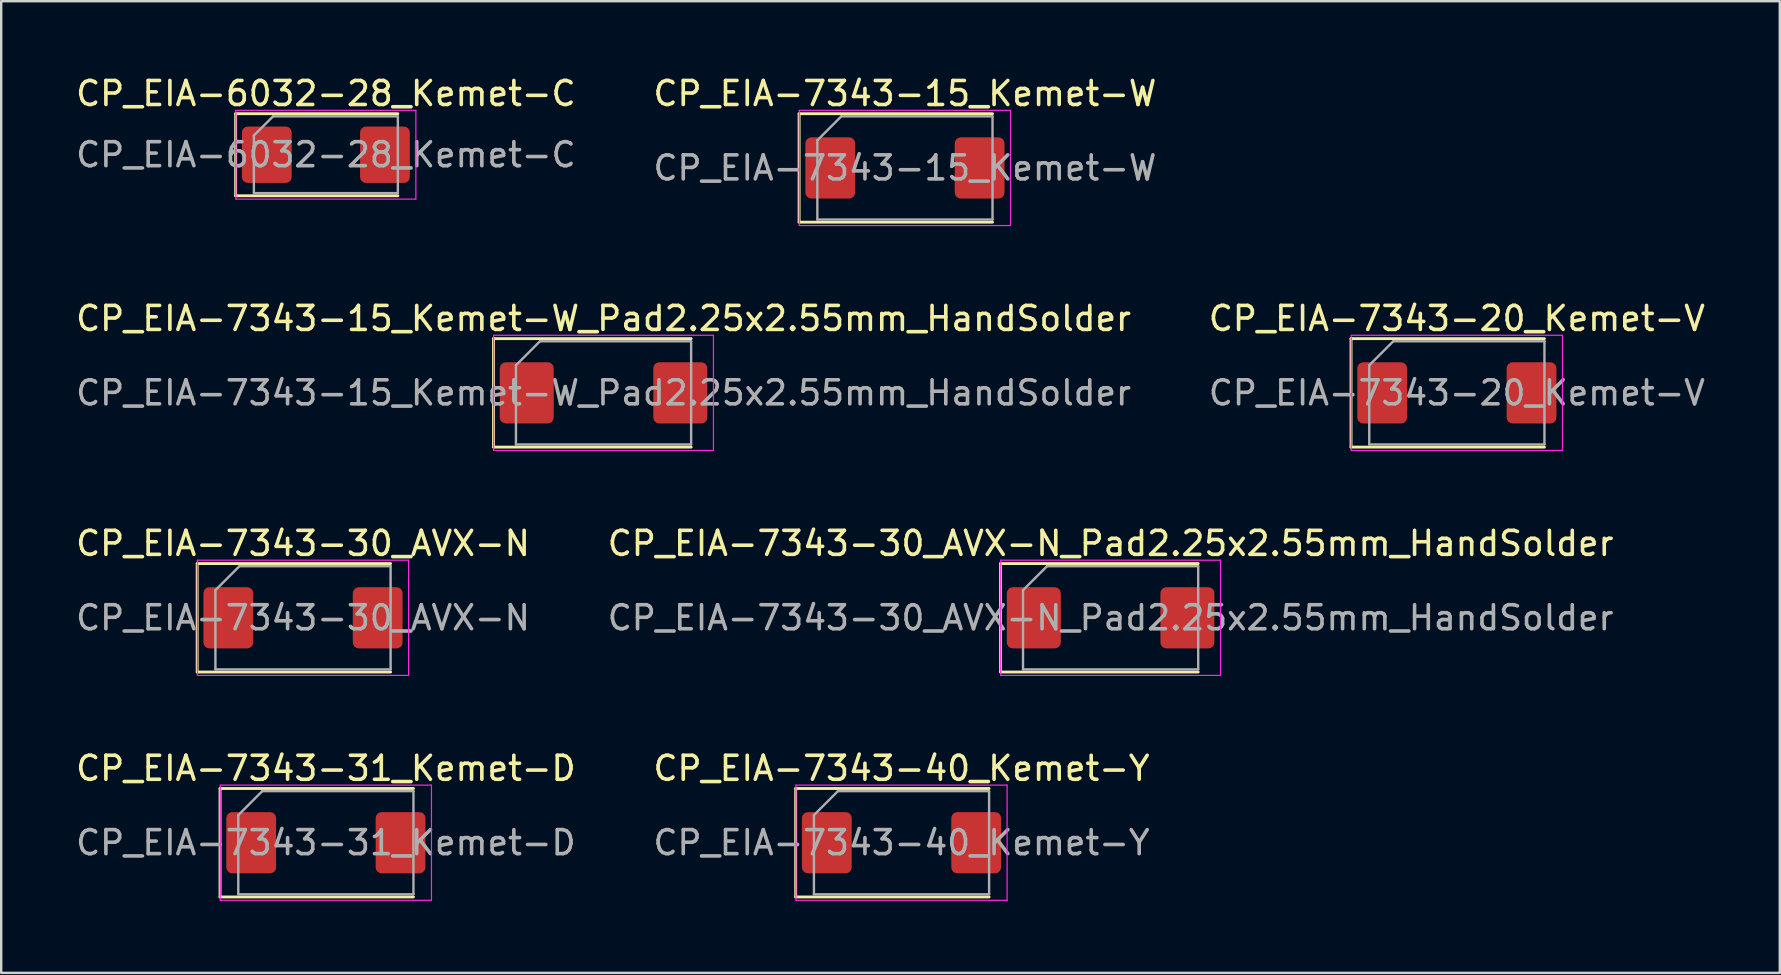
<source format=kicad_pcb>
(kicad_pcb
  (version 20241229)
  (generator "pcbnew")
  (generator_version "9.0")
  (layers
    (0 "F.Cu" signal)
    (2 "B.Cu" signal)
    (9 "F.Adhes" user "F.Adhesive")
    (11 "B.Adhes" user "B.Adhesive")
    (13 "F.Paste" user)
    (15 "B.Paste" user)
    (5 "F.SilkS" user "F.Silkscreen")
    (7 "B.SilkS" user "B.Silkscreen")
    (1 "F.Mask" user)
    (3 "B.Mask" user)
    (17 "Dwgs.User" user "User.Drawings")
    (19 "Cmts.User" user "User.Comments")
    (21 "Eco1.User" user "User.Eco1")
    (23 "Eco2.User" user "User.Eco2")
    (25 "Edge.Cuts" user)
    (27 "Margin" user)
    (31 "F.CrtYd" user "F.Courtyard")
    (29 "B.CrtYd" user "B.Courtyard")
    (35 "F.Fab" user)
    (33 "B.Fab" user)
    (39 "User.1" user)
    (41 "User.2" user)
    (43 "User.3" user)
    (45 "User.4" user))
  (footprint "CP_EIA-7343-15_Kemet-W"
    (layer "F.Cu")
    (at 34.661 3.948)
    (property "Reference" "CP_EIA-7343-15_Kemet-W" (at 0 -3.1 0) (layer "F.SilkS") (effects (font (size 1 1) (thickness 0.15))))
    (attr smd)
    (fp_line (start -4.41 -2.26) (end -4.41 2.26) (stroke (width 0.12) (type solid)) (layer "F.SilkS"))
    (fp_line (start -4.41 2.26) (end 3.65 2.26) (stroke (width 0.12) (type solid)) (layer "F.SilkS"))
    (fp_line (start 3.65 -2.26) (end -4.41 -2.26) (stroke (width 0.12) (type solid)) (layer "F.SilkS"))
    (fp_line (start -4.4 -2.4) (end 4.4 -2.4) (stroke (width 0.05) (type solid)) (layer "F.CrtYd"))
    (fp_line (start -4.4 2.4) (end -4.4 -2.4) (stroke (width 0.05) (type solid)) (layer "F.CrtYd"))
    (fp_line (start 4.4 -2.4) (end 4.4 2.4) (stroke (width 0.05) (type solid)) (layer "F.CrtYd"))
    (fp_line (start 4.4 2.4) (end -4.4 2.4) (stroke (width 0.05) (type solid)) (layer "F.CrtYd"))
    (fp_line (start -3.65 -1.15) (end -3.65 2.15) (stroke (width 0.1) (type solid)) (layer "F.Fab"))
    (fp_line (start -3.65 2.15) (end 3.65 2.15) (stroke (width 0.1) (type solid)) (layer "F.Fab"))
    (fp_line (start -2.65 -2.15) (end -3.65 -1.15) (stroke (width 0.1) (type solid)) (layer "F.Fab"))
    (fp_line (start 3.65 -2.15) (end -2.65 -2.15) (stroke (width 0.1) (type solid)) (layer "F.Fab"))
    (fp_line (start 3.65 2.15) (end 3.65 -2.15) (stroke (width 0.1) (type solid)) (layer "F.Fab"))
    (fp_text user "${REFERENCE}" (at 0 0 0) (layer "F.Fab") (effects (font (size 1 1) (thickness 0.15))))
    (pad "1" smd roundrect (at -3.112 0) (size 2.075 2.55) (layers "F.Cu" "F.Mask" "F.Paste") (roundrect_rratio 0.12))
    (pad "2" smd roundrect (at 3.112 0) (size 2.075 2.55) (layers "F.Cu" "F.Mask" "F.Paste") (roundrect_rratio 0.12)))
  (footprint "CP_EIA-7343-30_AVX-N_Pad2.25x2.55mm_HandSolder"
    (layer "F.Cu")
    (at 43.232 22.695)
    (property "Reference" "CP_EIA-7343-30_AVX-N_Pad2.25x2.55mm_HandSolder" (at 0 -3.1 0) (layer "F.SilkS") (effects (font (size 1 1) (thickness 0.15))))
    (attr smd)
    (fp_line (start -4.585 -2.26) (end -4.585 2.26) (stroke (width 0.12) (type solid)) (layer "F.SilkS"))
    (fp_line (start -4.585 2.26) (end 3.65 2.26) (stroke (width 0.12) (type solid)) (layer "F.SilkS"))
    (fp_line (start 3.65 -2.26) (end -4.585 -2.26) (stroke (width 0.12) (type solid)) (layer "F.SilkS"))
    (fp_line (start -4.58 -2.4) (end 4.58 -2.4) (stroke (width 0.05) (type solid)) (layer "F.CrtYd"))
    (fp_line (start -4.58 2.4) (end -4.58 -2.4) (stroke (width 0.05) (type solid)) (layer "F.CrtYd"))
    (fp_line (start 4.58 -2.4) (end 4.58 2.4) (stroke (width 0.05) (type solid)) (layer "F.CrtYd"))
    (fp_line (start 4.58 2.4) (end -4.58 2.4) (stroke (width 0.05) (type solid)) (layer "F.CrtYd"))
    (fp_line (start -3.65 -1.15) (end -3.65 2.15) (stroke (width 0.1) (type solid)) (layer "F.Fab"))
    (fp_line (start -3.65 2.15) (end 3.65 2.15) (stroke (width 0.1) (type solid)) (layer "F.Fab"))
    (fp_line (start -2.65 -2.15) (end -3.65 -1.15) (stroke (width 0.1) (type solid)) (layer "F.Fab"))
    (fp_line (start 3.65 -2.15) (end -2.65 -2.15) (stroke (width 0.1) (type solid)) (layer "F.Fab"))
    (fp_line (start 3.65 2.15) (end 3.65 -2.15) (stroke (width 0.1) (type solid)) (layer "F.Fab"))
    (fp_text user "${REFERENCE}" (at 0 0 0) (layer "F.Fab") (effects (font (size 1 1) (thickness 0.15))))
    (pad "1" smd roundrect (at -3.2 0) (size 2.25 2.55) (layers "F.Cu" "F.Mask" "F.Paste") (roundrect_rratio 0.111))
    (pad "2" smd roundrect (at 3.2 0) (size 2.25 2.55) (layers "F.Cu" "F.Mask" "F.Paste") (roundrect_rratio 0.111)))
  (footprint "CP_EIA-7343-15_Kemet-W_Pad2.25x2.55mm_HandSolder"
    (layer "F.Cu")
    (at 22.101 13.322)
    (property "Reference" "CP_EIA-7343-15_Kemet-W_Pad2.25x2.55mm_HandSolder" (at 0 -3.1 0) (layer "F.SilkS") (effects (font (size 1 1) (thickness 0.15))))
    (attr smd)
    (fp_line (start -4.585 -2.26) (end -4.585 2.26) (stroke (width 0.12) (type solid)) (layer "F.SilkS"))
    (fp_line (start -4.585 2.26) (end 3.65 2.26) (stroke (width 0.12) (type solid)) (layer "F.SilkS"))
    (fp_line (start 3.65 -2.26) (end -4.585 -2.26) (stroke (width 0.12) (type solid)) (layer "F.SilkS"))
    (fp_line (start -4.58 -2.4) (end 4.58 -2.4) (stroke (width 0.05) (type solid)) (layer "F.CrtYd"))
    (fp_line (start -4.58 2.4) (end -4.58 -2.4) (stroke (width 0.05) (type solid)) (layer "F.CrtYd"))
    (fp_line (start 4.58 -2.4) (end 4.58 2.4) (stroke (width 0.05) (type solid)) (layer "F.CrtYd"))
    (fp_line (start 4.58 2.4) (end -4.58 2.4) (stroke (width 0.05) (type solid)) (layer "F.CrtYd"))
    (fp_line (start -3.65 -1.15) (end -3.65 2.15) (stroke (width 0.1) (type solid)) (layer "F.Fab"))
    (fp_line (start -3.65 2.15) (end 3.65 2.15) (stroke (width 0.1) (type solid)) (layer "F.Fab"))
    (fp_line (start -2.65 -2.15) (end -3.65 -1.15) (stroke (width 0.1) (type solid)) (layer "F.Fab"))
    (fp_line (start 3.65 -2.15) (end -2.65 -2.15) (stroke (width 0.1) (type solid)) (layer "F.Fab"))
    (fp_line (start 3.65 2.15) (end 3.65 -2.15) (stroke (width 0.1) (type solid)) (layer "F.Fab"))
    (fp_text user "${REFERENCE}" (at 0 0 0) (layer "F.Fab") (effects (font (size 1 1) (thickness 0.15))))
    (pad "1" smd roundrect (at -3.2 0) (size 2.25 2.55) (layers "F.Cu" "F.Mask" "F.Paste") (roundrect_rratio 0.111))
    (pad "2" smd roundrect (at 3.2 0) (size 2.25 2.55) (layers "F.Cu" "F.Mask" "F.Paste") (roundrect_rratio 0.111)))
  (footprint "CP_EIA-7343-31_Kemet-D"
    (layer "F.Cu")
    (at 10.53 32.068)
    (property "Reference" "CP_EIA-7343-31_Kemet-D" (at 0 -3.1 0) (layer "F.SilkS") (effects (font (size 1 1) (thickness 0.15))))
    (attr smd)
    (fp_line (start -4.41 -2.26) (end -4.41 2.26) (stroke (width 0.12) (type solid)) (layer "F.SilkS"))
    (fp_line (start -4.41 2.26) (end 3.65 2.26) (stroke (width 0.12) (type solid)) (layer "F.SilkS"))
    (fp_line (start 3.65 -2.26) (end -4.41 -2.26) (stroke (width 0.12) (type solid)) (layer "F.SilkS"))
    (fp_line (start -4.4 -2.4) (end 4.4 -2.4) (stroke (width 0.05) (type solid)) (layer "F.CrtYd"))
    (fp_line (start -4.4 2.4) (end -4.4 -2.4) (stroke (width 0.05) (type solid)) (layer "F.CrtYd"))
    (fp_line (start 4.4 -2.4) (end 4.4 2.4) (stroke (width 0.05) (type solid)) (layer "F.CrtYd"))
    (fp_line (start 4.4 2.4) (end -4.4 2.4) (stroke (width 0.05) (type solid)) (layer "F.CrtYd"))
    (fp_line (start -3.65 -1.15) (end -3.65 2.15) (stroke (width 0.1) (type solid)) (layer "F.Fab"))
    (fp_line (start -3.65 2.15) (end 3.65 2.15) (stroke (width 0.1) (type solid)) (layer "F.Fab"))
    (fp_line (start -2.65 -2.15) (end -3.65 -1.15) (stroke (width 0.1) (type solid)) (layer "F.Fab"))
    (fp_line (start 3.65 -2.15) (end -2.65 -2.15) (stroke (width 0.1) (type solid)) (layer "F.Fab"))
    (fp_line (start 3.65 2.15) (end 3.65 -2.15) (stroke (width 0.1) (type solid)) (layer "F.Fab"))
    (fp_text user "${REFERENCE}" (at 0 0 0) (layer "F.Fab") (effects (font (size 1 1) (thickness 0.15))))
    (pad "1" smd roundrect (at -3.112 0) (size 2.075 2.55) (layers "F.Cu" "F.Mask" "F.Paste") (roundrect_rratio 0.12))
    (pad "2" smd roundrect (at 3.112 0) (size 2.075 2.55) (layers "F.Cu" "F.Mask" "F.Paste") (roundrect_rratio 0.12)))
  (footprint "CP_EIA-7343-40_Kemet-Y"
    (layer "F.Cu")
    (at 34.518 32.068)
    (property "Reference" "CP_EIA-7343-40_Kemet-Y" (at 0 -3.1 0) (layer "F.SilkS") (effects (font (size 1 1) (thickness 0.15))))
    (attr smd)
    (fp_line (start -4.41 -2.26) (end -4.41 2.26) (stroke (width 0.12) (type solid)) (layer "F.SilkS"))
    (fp_line (start -4.41 2.26) (end 3.65 2.26) (stroke (width 0.12) (type solid)) (layer "F.SilkS"))
    (fp_line (start 3.65 -2.26) (end -4.41 -2.26) (stroke (width 0.12) (type solid)) (layer "F.SilkS"))
    (fp_line (start -4.4 -2.4) (end 4.4 -2.4) (stroke (width 0.05) (type solid)) (layer "F.CrtYd"))
    (fp_line (start -4.4 2.4) (end -4.4 -2.4) (stroke (width 0.05) (type solid)) (layer "F.CrtYd"))
    (fp_line (start 4.4 -2.4) (end 4.4 2.4) (stroke (width 0.05) (type solid)) (layer "F.CrtYd"))
    (fp_line (start 4.4 2.4) (end -4.4 2.4) (stroke (width 0.05) (type solid)) (layer "F.CrtYd"))
    (fp_line (start -3.65 -1.15) (end -3.65 2.15) (stroke (width 0.1) (type solid)) (layer "F.Fab"))
    (fp_line (start -3.65 2.15) (end 3.65 2.15) (stroke (width 0.1) (type solid)) (layer "F.Fab"))
    (fp_line (start -2.65 -2.15) (end -3.65 -1.15) (stroke (width 0.1) (type solid)) (layer "F.Fab"))
    (fp_line (start 3.65 -2.15) (end -2.65 -2.15) (stroke (width 0.1) (type solid)) (layer "F.Fab"))
    (fp_line (start 3.65 2.15) (end 3.65 -2.15) (stroke (width 0.1) (type solid)) (layer "F.Fab"))
    (fp_text user "${REFERENCE}" (at 0 0 0) (layer "F.Fab") (effects (font (size 1 1) (thickness 0.15))))
    (pad "1" smd roundrect (at -3.112 0) (size 2.075 2.55) (layers "F.Cu" "F.Mask" "F.Paste") (roundrect_rratio 0.12))
    (pad "2" smd roundrect (at 3.112 0) (size 2.075 2.55) (layers "F.Cu" "F.Mask" "F.Paste") (roundrect_rratio 0.12)))
  (footprint "CP_EIA-6032-28_Kemet-C"
    (layer "F.Cu")
    (at 10.53 3.398)
    (property "Reference" "CP_EIA-6032-28_Kemet-C" (at 0 -2.55 0) (layer "F.SilkS") (effects (font (size 1 1) (thickness 0.15))))
    (attr smd)
    (fp_line (start -3.76 -1.71) (end -3.76 1.71) (stroke (width 0.12) (type solid)) (layer "F.SilkS"))
    (fp_line (start -3.76 1.71) (end 3 1.71) (stroke (width 0.12) (type solid)) (layer "F.SilkS"))
    (fp_line (start 3 -1.71) (end -3.76 -1.71) (stroke (width 0.12) (type solid)) (layer "F.SilkS"))
    (fp_line (start -3.75 -1.85) (end 3.75 -1.85) (stroke (width 0.05) (type solid)) (layer "F.CrtYd"))
    (fp_line (start -3.75 1.85) (end -3.75 -1.85) (stroke (width 0.05) (type solid)) (layer "F.CrtYd"))
    (fp_line (start 3.75 -1.85) (end 3.75 1.85) (stroke (width 0.05) (type solid)) (layer "F.CrtYd"))
    (fp_line (start 3.75 1.85) (end -3.75 1.85) (stroke (width 0.05) (type solid)) (layer "F.CrtYd"))
    (fp_line (start -3 -0.8) (end -3 1.6) (stroke (width 0.1) (type solid)) (layer "F.Fab"))
    (fp_line (start -3 1.6) (end 3 1.6) (stroke (width 0.1) (type solid)) (layer "F.Fab"))
    (fp_line (start -2.2 -1.6) (end -3 -0.8) (stroke (width 0.1) (type solid)) (layer "F.Fab"))
    (fp_line (start 3 -1.6) (end -2.2 -1.6) (stroke (width 0.1) (type solid)) (layer "F.Fab"))
    (fp_line (start 3 1.6) (end 3 -1.6) (stroke (width 0.1) (type solid)) (layer "F.Fab"))
    (fp_text user "${REFERENCE}" (at 0 0 0) (layer "F.Fab") (effects (font (size 1 1) (thickness 0.15))))
    (pad "1" smd roundrect (at -2.462 0) (size 2.075 2.35) (layers "F.Cu" "F.Mask" "F.Paste") (roundrect_rratio 0.12))
    (pad "2" smd roundrect (at 2.462 0) (size 2.075 2.35) (layers "F.Cu" "F.Mask" "F.Paste") (roundrect_rratio 0.12)))
  (footprint "CP_EIA-7343-30_AVX-N"
    (layer "F.Cu")
    (at 9.577 22.695)
    (property "Reference" "CP_EIA-7343-30_AVX-N" (at 0 -3.1 0) (layer "F.SilkS") (effects (font (size 1 1) (thickness 0.15))))
    (attr smd)
    (fp_line (start -4.41 -2.26) (end -4.41 2.26) (stroke (width 0.12) (type solid)) (layer "F.SilkS"))
    (fp_line (start -4.41 2.26) (end 3.65 2.26) (stroke (width 0.12) (type solid)) (layer "F.SilkS"))
    (fp_line (start 3.65 -2.26) (end -4.41 -2.26) (stroke (width 0.12) (type solid)) (layer "F.SilkS"))
    (fp_line (start -4.4 -2.4) (end 4.4 -2.4) (stroke (width 0.05) (type solid)) (layer "F.CrtYd"))
    (fp_line (start -4.4 2.4) (end -4.4 -2.4) (stroke (width 0.05) (type solid)) (layer "F.CrtYd"))
    (fp_line (start 4.4 -2.4) (end 4.4 2.4) (stroke (width 0.05) (type solid)) (layer "F.CrtYd"))
    (fp_line (start 4.4 2.4) (end -4.4 2.4) (stroke (width 0.05) (type solid)) (layer "F.CrtYd"))
    (fp_line (start -3.65 -1.15) (end -3.65 2.15) (stroke (width 0.1) (type solid)) (layer "F.Fab"))
    (fp_line (start -3.65 2.15) (end 3.65 2.15) (stroke (width 0.1) (type solid)) (layer "F.Fab"))
    (fp_line (start -2.65 -2.15) (end -3.65 -1.15) (stroke (width 0.1) (type solid)) (layer "F.Fab"))
    (fp_line (start 3.65 -2.15) (end -2.65 -2.15) (stroke (width 0.1) (type solid)) (layer "F.Fab"))
    (fp_line (start 3.65 2.15) (end 3.65 -2.15) (stroke (width 0.1) (type solid)) (layer "F.Fab"))
    (fp_text user "${REFERENCE}" (at 0 0 0) (layer "F.Fab") (effects (font (size 1 1) (thickness 0.15))))
    (pad "1" smd roundrect (at -3.112 0) (size 2.075 2.55) (layers "F.Cu" "F.Mask" "F.Paste") (roundrect_rratio 0.12))
    (pad "2" smd roundrect (at 3.112 0) (size 2.075 2.55) (layers "F.Cu" "F.Mask" "F.Paste") (roundrect_rratio 0.12)))
  (footprint "CP_EIA-7343-20_Kemet-V"
    (layer "F.Cu")
    (at 57.661 13.322)
    (property "Reference" "CP_EIA-7343-20_Kemet-V" (at 0 -3.1 0) (layer "F.SilkS") (effects (font (size 1 1) (thickness 0.15))))
    (attr smd)
    (fp_line (start -4.41 -2.26) (end -4.41 2.26) (stroke (width 0.12) (type solid)) (layer "F.SilkS"))
    (fp_line (start -4.41 2.26) (end 3.65 2.26) (stroke (width 0.12) (type solid)) (layer "F.SilkS"))
    (fp_line (start 3.65 -2.26) (end -4.41 -2.26) (stroke (width 0.12) (type solid)) (layer "F.SilkS"))
    (fp_line (start -4.4 -2.4) (end 4.4 -2.4) (stroke (width 0.05) (type solid)) (layer "F.CrtYd"))
    (fp_line (start -4.4 2.4) (end -4.4 -2.4) (stroke (width 0.05) (type solid)) (layer "F.CrtYd"))
    (fp_line (start 4.4 -2.4) (end 4.4 2.4) (stroke (width 0.05) (type solid)) (layer "F.CrtYd"))
    (fp_line (start 4.4 2.4) (end -4.4 2.4) (stroke (width 0.05) (type solid)) (layer "F.CrtYd"))
    (fp_line (start -3.65 -1.15) (end -3.65 2.15) (stroke (width 0.1) (type solid)) (layer "F.Fab"))
    (fp_line (start -3.65 2.15) (end 3.65 2.15) (stroke (width 0.1) (type solid)) (layer "F.Fab"))
    (fp_line (start -2.65 -2.15) (end -3.65 -1.15) (stroke (width 0.1) (type solid)) (layer "F.Fab"))
    (fp_line (start 3.65 -2.15) (end -2.65 -2.15) (stroke (width 0.1) (type solid)) (layer "F.Fab"))
    (fp_line (start 3.65 2.15) (end 3.65 -2.15) (stroke (width 0.1) (type solid)) (layer "F.Fab"))
    (fp_text user "${REFERENCE}" (at 0 0 0) (layer "F.Fab") (effects (font (size 1 1) (thickness 0.15))))
    (pad "1" smd roundrect (at -3.112 0) (size 2.075 2.55) (layers "F.Cu" "F.Mask" "F.Paste") (roundrect_rratio 0.12))
    (pad "2" smd roundrect (at 3.112 0) (size 2.075 2.55) (layers "F.Cu" "F.Mask" "F.Paste") (roundrect_rratio 0.12)))
  (gr_rect
    (start -3 -3)
    (end 71.119 37.493)
    (stroke (width 0.1) (type default))
    (fill no)
    (layer "Edge.Cuts")))
</source>
